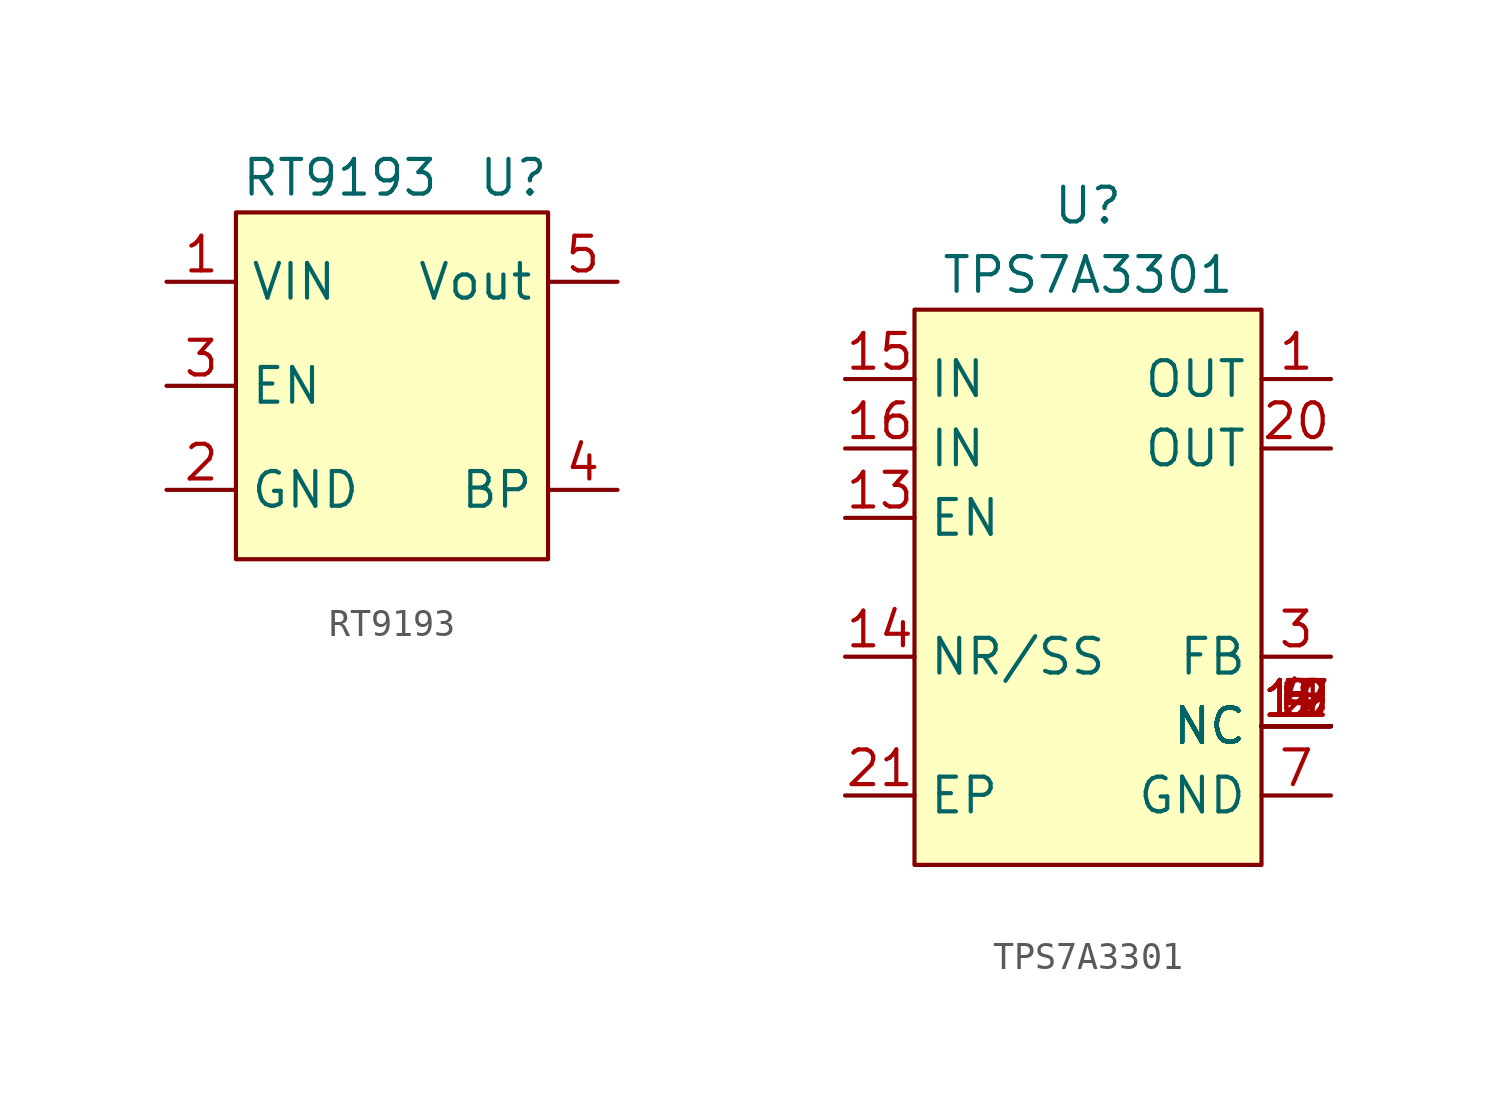
<source format=kicad_sym>
(kicad_symbol_lib
  (version 20241209)
  (generator "kicad_symbol_editor")
  (generator_version "9.0")
  (symbol "RT9193"
    (property "Reference" "U"
      (at 5.08 3.81 0)
      (effects (font (size 1.27 1.27))))
    (property "Value" "RT9193"
      (at -1.27 3.81 0)
      (effects (font (size 1.27 1.27))))
    (symbol "RT9193_0_1"
      (rectangle (start -5.08 2.54) (end 6.35 -10.16) (stroke (width 0) (type default)) (fill (type background))))
    (symbol "RT9193_1_1"
      (pin bidirectional line (at -7.62 0 0) (length 2.54) (name "VIN" (effects (font (size 1.27 1.27)))) (number "1" (effects (font (size 1.27 1.27)))))
      (pin bidirectional line (at -7.62 -3.81 0) (length 2.54) (name "EN" (effects (font (size 1.27 1.27)))) (number "3" (effects (font (size 1.27 1.27)))))
      (pin bidirectional line (at -7.62 -7.62 0) (length 2.54) (name "GND" (effects (font (size 1.27 1.27)))) (number "2" (effects (font (size 1.27 1.27)))))
      (pin bidirectional line (at 8.89 0 180) (length 2.54) (name "Vout" (effects (font (size 1.27 1.27)))) (number "5" (effects (font (size 1.27 1.27)))))
      (pin bidirectional line (at 8.89 -7.62 180) (length 2.54) (name "BP" (effects (font (size 1.27 1.27)))) (number "4" (effects (font (size 1.27 1.27)))))))
  (symbol "TPS7A3301"
    (property "Reference" "U"
      (at 0 19.05 0)
      (effects (font (size 1.27 1.27))))
    (property "Value" "TPS7A3301"
      (at 0 16.51 0)
      (effects (font (size 1.27 1.27))))
    (symbol "TPS7A3301_1_1"
      (rectangle (start -6.35 15.24) (end 6.35 -5.08) (stroke (width 0) (type default)) (fill (type background)))
      (pin bidirectional line (at -8.89 12.7 0) (length 2.54) (name "IN" (effects (font (size 1.27 1.27)))) (number "15" (effects (font (size 1.27 1.27)))))
      (pin bidirectional line (at -8.89 10.16 0) (length 2.54) (name "IN" (effects (font (size 1.27 1.27)))) (number "16" (effects (font (size 1.27 1.27)))))
      (pin bidirectional line (at -8.89 7.62 0) (length 2.54) (name "EN" (effects (font (size 1.27 1.27)))) (number "13" (effects (font (size 1.27 1.27)))))
      (pin bidirectional line (at -8.89 2.54 0) (length 2.54) (name "NR/SS" (effects (font (size 1.27 1.27)))) (number "14" (effects (font (size 1.27 1.27)))))
      (pin bidirectional line (at -8.89 -2.54 0) (length 2.54) (name "EP" (effects (font (size 1.27 1.27)))) (number "21" (effects (font (size 1.27 1.27)))))
      (pin output line (at 8.89 12.7 180) (length 2.54) (name "OUT" (effects (font (size 1.27 1.27)))) (number "1" (effects (font (size 1.27 1.27)))))
      (pin output line (at 8.89 10.16 180) (length 2.54) (name "OUT" (effects (font (size 1.27 1.27)))) (number "20" (effects (font (size 1.27 1.27)))))
      (pin bidirectional line (at 8.89 2.54 180) (length 2.54) (name "FB" (effects (font (size 1.27 1.27)))) (number "3" (effects (font (size 1.27 1.27)))))
      (pin bidirectional line (at 8.89 0 180) (length 2.54) (name "NC" (effects (font (size 1.27 1.27)))) (number "10" (effects (font (size 1.27 1.27)))))
      (pin bidirectional line (at 8.89 0 180) (length 2.54) (name "NC" (effects (font (size 1.27 1.27)))) (number "11" (effects (font (size 1.27 1.27)))))
      (pin bidirectional line (at 8.89 0 180) (length 2.54) (name "NC" (effects (font (size 1.27 1.27)))) (number "12" (effects (font (size 1.27 1.27)))))
      (pin bidirectional line (at 8.89 0 180) (length 2.54) (name "NC" (effects (font (size 1.27 1.27)))) (number "17" (effects (font (size 1.27 1.27)))))
      (pin bidirectional line (at 8.89 0 180) (length 2.54) (name "NC" (effects (font (size 1.27 1.27)))) (number "18" (effects (font (size 1.27 1.27)))))
      (pin bidirectional line (at 8.89 0 180) (length 2.54) (name "NC" (effects (font (size 1.27 1.27)))) (number "19" (effects (font (size 1.27 1.27)))))
      (pin bidirectional line (at 8.89 0 180) (length 2.54) (name "NC" (effects (font (size 1.27 1.27)))) (number "2" (effects (font (size 1.27 1.27)))))
      (pin bidirectional line (at 8.89 0 180) (length 2.54) (name "NC" (effects (font (size 1.27 1.27)))) (number "4" (effects (font (size 1.27 1.27)))))
      (pin bidirectional line (at 8.89 0 180) (length 2.54) (name "NC" (effects (font (size 1.27 1.27)))) (number "5" (effects (font (size 1.27 1.27)))))
      (pin bidirectional line (at 8.89 0 180) (length 2.54) (name "NC" (effects (font (size 1.27 1.27)))) (number "6" (effects (font (size 1.27 1.27)))))
      (pin bidirectional line (at 8.89 0 180) (length 2.54) (name "NC" (effects (font (size 1.27 1.27)))) (number "8" (effects (font (size 1.27 1.27)))))
      (pin bidirectional line (at 8.89 0 180) (length 2.54) (name "NC" (effects (font (size 1.27 1.27)))) (number "9" (effects (font (size 1.27 1.27)))))
      (pin bidirectional line (at 8.89 -2.54 180) (length 2.54) (name "GND" (effects (font (size 1.27 1.27)))) (number "7" (effects (font (size 1.27 1.27))))))))
</source>
